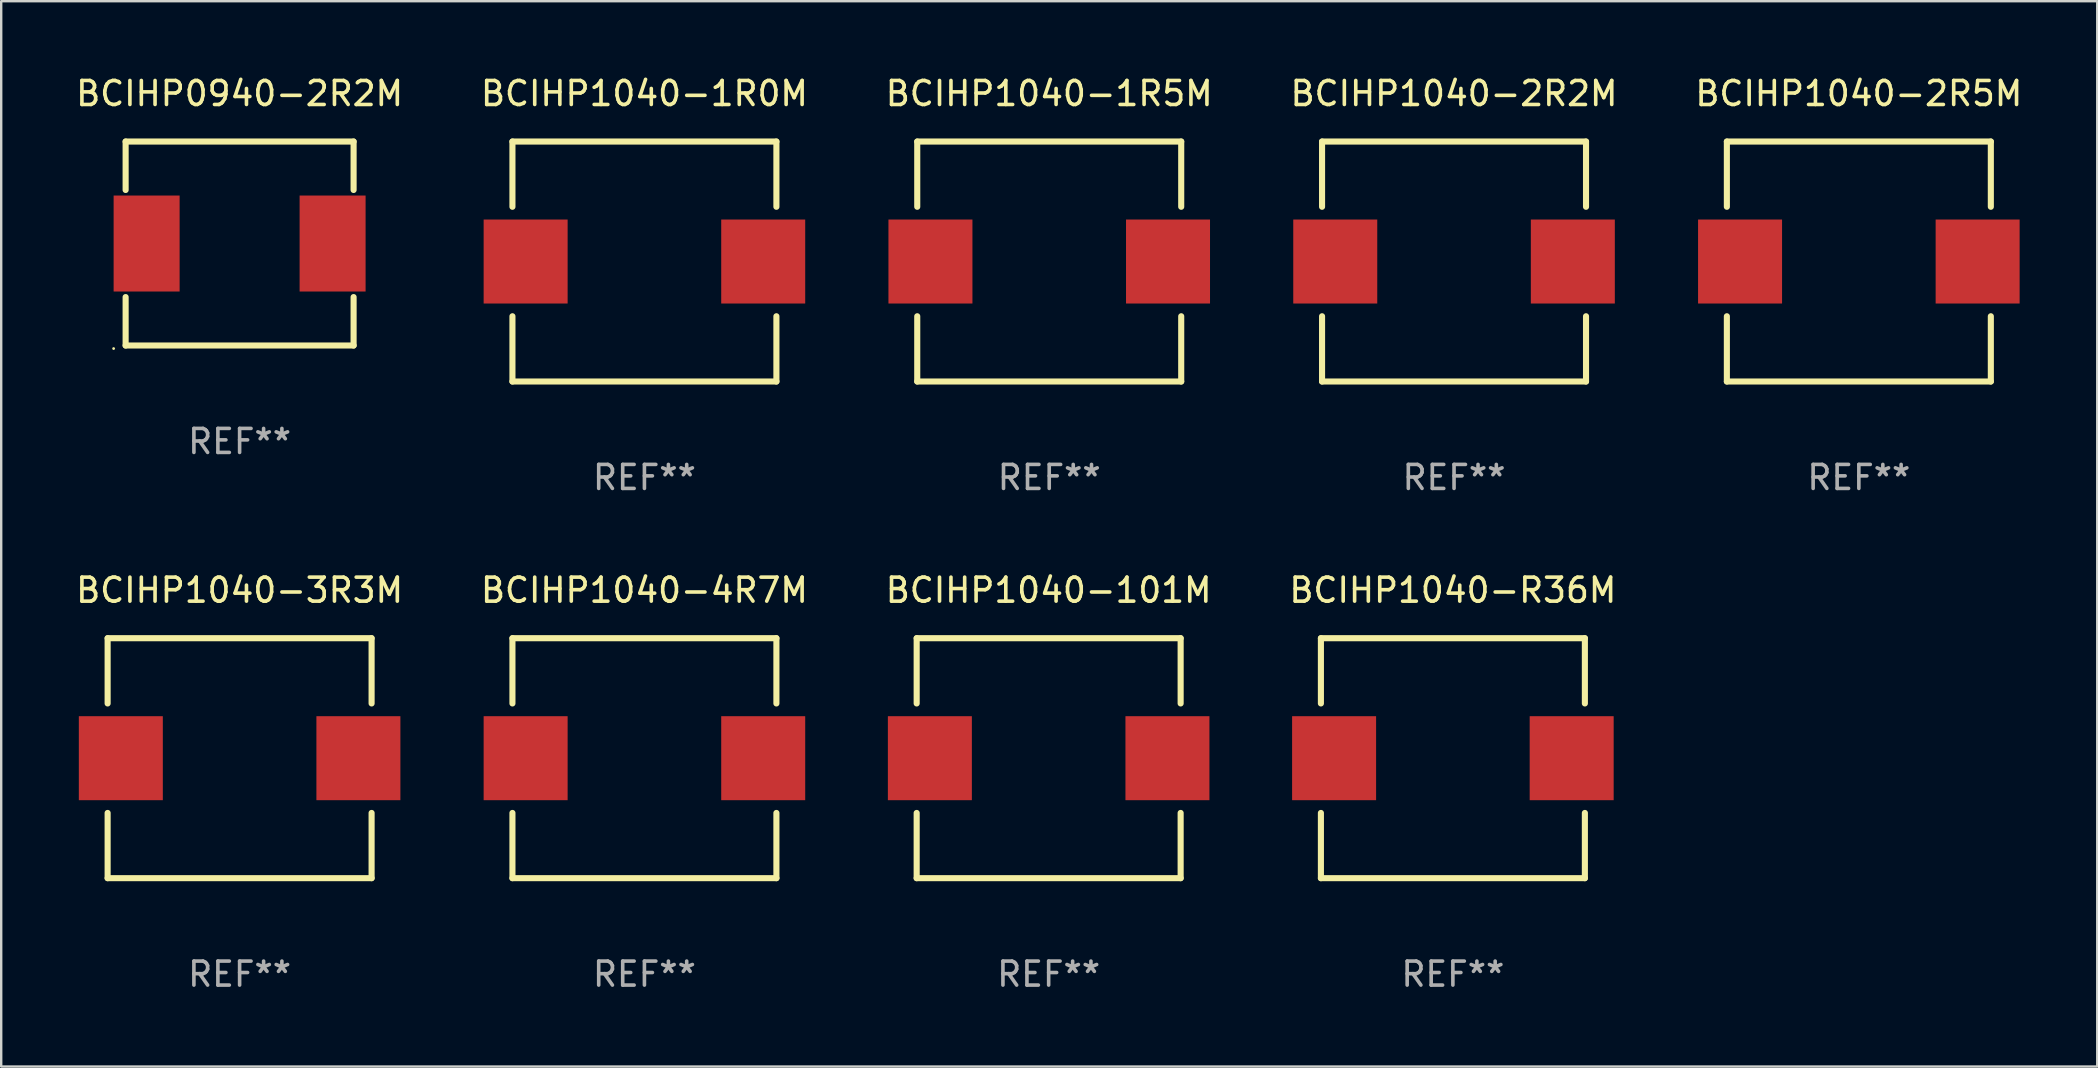
<source format=kicad_pcb>
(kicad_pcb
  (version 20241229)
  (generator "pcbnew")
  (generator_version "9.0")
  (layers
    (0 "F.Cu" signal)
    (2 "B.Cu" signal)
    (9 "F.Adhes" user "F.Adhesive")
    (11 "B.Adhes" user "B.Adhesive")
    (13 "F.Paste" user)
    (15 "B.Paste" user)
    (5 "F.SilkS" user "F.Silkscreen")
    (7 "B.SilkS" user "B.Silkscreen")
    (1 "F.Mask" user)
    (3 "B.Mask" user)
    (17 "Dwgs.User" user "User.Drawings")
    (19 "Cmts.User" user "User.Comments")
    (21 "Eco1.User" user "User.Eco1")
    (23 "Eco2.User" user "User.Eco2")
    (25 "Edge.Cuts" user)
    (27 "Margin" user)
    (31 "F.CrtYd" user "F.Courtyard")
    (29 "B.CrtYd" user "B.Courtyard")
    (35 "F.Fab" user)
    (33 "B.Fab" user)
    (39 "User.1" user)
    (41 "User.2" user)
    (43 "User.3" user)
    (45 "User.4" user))
  (footprint "BCIHP1040-R36M"
    (layer "F.Cu")
    (at 57.494 28.545)
    (property "Reference" "BCIHP1040-R36M" (at 0 -7 0) (layer "F.SilkS") (effects (font (size 1 1) (thickness 0.15))))
    (attr through_hole)
    (fp_line (start -5.5 -5) (end 5.5 -5) (stroke (width 0.254) (type solid)) (layer "F.SilkS"))
    (fp_line (start -5.5 -2.281) (end -5.5 -5) (stroke (width 0.254) (type solid)) (layer "F.SilkS"))
    (fp_line (start -5.5 5) (end -5.5 2.281) (stroke (width 0.254) (type solid)) (layer "F.SilkS"))
    (fp_line (start -5.5 5) (end 5.5 5) (stroke (width 0.254) (type solid)) (layer "F.SilkS"))
    (fp_line (start 5.5 -2.281) (end 5.5 -5) (stroke (width 0.254) (type solid)) (layer "F.SilkS"))
    (fp_line (start 5.5 5) (end 5.5 2.281) (stroke (width 0.254) (type solid)) (layer "F.SilkS"))
    (fp_circle (center -5.5 5) (end -5.47 5) (stroke (width 0.06) (type solid)) (fill no) (layer "F.SilkS"))
    (fp_text user "REF**" (at 0 9 0) (layer "F.Fab") (effects (font (size 1 1) (thickness 0.15))))
    (pad "1" smd rect (at -4.95 0 90) (size 3.5 3.5) (layers "F.Cu" "F.Mask" "F.Paste"))
    (pad "2" smd rect (at 4.95 0 270) (size 3.5 3.5) (layers "F.Cu" "F.Mask" "F.Paste")))
  (footprint "BCIHP1040-2R5M"
    (layer "F.Cu")
    (at 74.411 7.848)
    (property "Reference" "BCIHP1040-2R5M" (at 0 -7 0) (layer "F.SilkS") (effects (font (size 1 1) (thickness 0.15))))
    (attr through_hole)
    (fp_line (start -5.5 -5) (end 5.5 -5) (stroke (width 0.254) (type solid)) (layer "F.SilkS"))
    (fp_line (start -5.5 -2.281) (end -5.5 -5) (stroke (width 0.254) (type solid)) (layer "F.SilkS"))
    (fp_line (start -5.5 5) (end -5.5 2.281) (stroke (width 0.254) (type solid)) (layer "F.SilkS"))
    (fp_line (start -5.5 5) (end 5.5 5) (stroke (width 0.254) (type solid)) (layer "F.SilkS"))
    (fp_line (start 5.5 -2.281) (end 5.5 -5) (stroke (width 0.254) (type solid)) (layer "F.SilkS"))
    (fp_line (start 5.5 5) (end 5.5 2.281) (stroke (width 0.254) (type solid)) (layer "F.SilkS"))
    (fp_circle (center -5.5 5) (end -5.47 5) (stroke (width 0.06) (type solid)) (fill no) (layer "F.SilkS"))
    (fp_text user "REF**" (at 0 9 0) (layer "F.Fab") (effects (font (size 1 1) (thickness 0.15))))
    (pad "1" smd rect (at -4.95 0 90) (size 3.5 3.5) (layers "F.Cu" "F.Mask" "F.Paste"))
    (pad "2" smd rect (at 4.95 0 270) (size 3.5 3.5) (layers "F.Cu" "F.Mask" "F.Paste")))
  (footprint "BCIHP1040-1R5M"
    (layer "F.Cu")
    (at 40.673 7.848)
    (property "Reference" "BCIHP1040-1R5M" (at 0 -7 0) (layer "F.SilkS") (effects (font (size 1 1) (thickness 0.15))))
    (attr through_hole)
    (fp_line (start -5.5 -5) (end 5.5 -5) (stroke (width 0.254) (type solid)) (layer "F.SilkS"))
    (fp_line (start -5.5 -2.281) (end -5.5 -5) (stroke (width 0.254) (type solid)) (layer "F.SilkS"))
    (fp_line (start -5.5 5) (end -5.5 2.281) (stroke (width 0.254) (type solid)) (layer "F.SilkS"))
    (fp_line (start -5.5 5) (end 5.5 5) (stroke (width 0.254) (type solid)) (layer "F.SilkS"))
    (fp_line (start 5.5 -2.281) (end 5.5 -5) (stroke (width 0.254) (type solid)) (layer "F.SilkS"))
    (fp_line (start 5.5 5) (end 5.5 2.281) (stroke (width 0.254) (type solid)) (layer "F.SilkS"))
    (fp_circle (center -5.5 5) (end -5.47 5) (stroke (width 0.06) (type solid)) (fill no) (layer "F.SilkS"))
    (fp_text user "REF**" (at 0 9 0) (layer "F.Fab") (effects (font (size 1 1) (thickness 0.15))))
    (pad "1" smd rect (at -4.95 0 90) (size 3.5 3.5) (layers "F.Cu" "F.Mask" "F.Paste"))
    (pad "2" smd rect (at 4.95 0 270) (size 3.5 3.5) (layers "F.Cu" "F.Mask" "F.Paste")))
  (footprint "BCIHP1040-4R7M"
    (layer "F.Cu")
    (at 23.804 28.545)
    (property "Reference" "BCIHP1040-4R7M" (at 0 -7 0) (layer "F.SilkS") (effects (font (size 1 1) (thickness 0.15))))
    (attr through_hole)
    (fp_line (start -5.5 -5) (end 5.5 -5) (stroke (width 0.254) (type solid)) (layer "F.SilkS"))
    (fp_line (start -5.5 -2.281) (end -5.5 -5) (stroke (width 0.254) (type solid)) (layer "F.SilkS"))
    (fp_line (start -5.5 5) (end -5.5 2.281) (stroke (width 0.254) (type solid)) (layer "F.SilkS"))
    (fp_line (start -5.5 5) (end 5.5 5) (stroke (width 0.254) (type solid)) (layer "F.SilkS"))
    (fp_line (start 5.5 -2.281) (end 5.5 -5) (stroke (width 0.254) (type solid)) (layer "F.SilkS"))
    (fp_line (start 5.5 5) (end 5.5 2.281) (stroke (width 0.254) (type solid)) (layer "F.SilkS"))
    (fp_circle (center -5.5 5) (end -5.47 5) (stroke (width 0.06) (type solid)) (fill no) (layer "F.SilkS"))
    (fp_text user "REF**" (at 0 9 0) (layer "F.Fab") (effects (font (size 1 1) (thickness 0.15))))
    (pad "1" smd rect (at -4.95 0 90) (size 3.5 3.5) (layers "F.Cu" "F.Mask" "F.Paste"))
    (pad "2" smd rect (at 4.95 0 270) (size 3.5 3.5) (layers "F.Cu" "F.Mask" "F.Paste")))
  (footprint "BCIHP0940-2R2M"
    (layer "F.Cu")
    (at 6.935 7.098)
    (property "Reference" "BCIHP0940-2R2M" (at 0 -6.25 0) (layer "F.SilkS") (effects (font (size 1 1) (thickness 0.15))))
    (attr through_hole)
    (fp_line (start -4.75 -4.25) (end -4.75 -2.231) (stroke (width 0.254) (type solid)) (layer "F.SilkS"))
    (fp_line (start -4.75 -4.25) (end 4.75 -4.25) (stroke (width 0.254) (type solid)) (layer "F.SilkS"))
    (fp_line (start -4.75 2.231) (end -4.75 4.25) (stroke (width 0.254) (type solid)) (layer "F.SilkS"))
    (fp_line (start 4.75 -2.231) (end 4.75 -4.25) (stroke (width 0.254) (type solid)) (layer "F.SilkS"))
    (fp_line (start 4.75 4.25) (end -4.75 4.25) (stroke (width 0.254) (type solid)) (layer "F.SilkS"))
    (fp_line (start 4.75 4.25) (end 4.75 2.231) (stroke (width 0.254) (type solid)) (layer "F.SilkS"))
    (fp_circle (center -5.25 4.377) (end -5.22 4.377) (stroke (width 0.06) (type solid)) (fill no) (layer "F.SilkS"))
    (fp_text user "REF**" (at 0 8.25 0) (layer "F.Fab") (effects (font (size 1 1) (thickness 0.15))))
    (pad "1" smd rect (at -3.875 0) (size 2.75 4) (layers "F.Cu" "F.Mask" "F.Paste"))
    (pad "2" smd rect (at 3.875 0) (size 2.75 4) (layers "F.Cu" "F.Mask" "F.Paste")))
  (footprint "BCIHP1040-1R0M"
    (layer "F.Cu")
    (at 23.804 7.848)
    (property "Reference" "BCIHP1040-1R0M" (at 0 -7 0) (layer "F.SilkS") (effects (font (size 1 1) (thickness 0.15))))
    (attr through_hole)
    (fp_line (start -5.5 -5) (end 5.5 -5) (stroke (width 0.254) (type solid)) (layer "F.SilkS"))
    (fp_line (start -5.5 -2.281) (end -5.5 -5) (stroke (width 0.254) (type solid)) (layer "F.SilkS"))
    (fp_line (start -5.5 5) (end -5.5 2.281) (stroke (width 0.254) (type solid)) (layer "F.SilkS"))
    (fp_line (start -5.5 5) (end 5.5 5) (stroke (width 0.254) (type solid)) (layer "F.SilkS"))
    (fp_line (start 5.5 -2.281) (end 5.5 -5) (stroke (width 0.254) (type solid)) (layer "F.SilkS"))
    (fp_line (start 5.5 5) (end 5.5 2.281) (stroke (width 0.254) (type solid)) (layer "F.SilkS"))
    (fp_circle (center -5.5 5) (end -5.47 5) (stroke (width 0.06) (type solid)) (fill no) (layer "F.SilkS"))
    (fp_text user "REF**" (at 0 9 0) (layer "F.Fab") (effects (font (size 1 1) (thickness 0.15))))
    (pad "1" smd rect (at -4.95 0 90) (size 3.5 3.5) (layers "F.Cu" "F.Mask" "F.Paste"))
    (pad "2" smd rect (at 4.95 0 270) (size 3.5 3.5) (layers "F.Cu" "F.Mask" "F.Paste")))
  (footprint "BCIHP1040-101M"
    (layer "F.Cu")
    (at 40.649 28.545)
    (property "Reference" "BCIHP1040-101M" (at 0 -7 0) (layer "F.SilkS") (effects (font (size 1 1) (thickness 0.15))))
    (attr through_hole)
    (fp_line (start -5.5 -5) (end 5.5 -5) (stroke (width 0.254) (type solid)) (layer "F.SilkS"))
    (fp_line (start -5.5 -2.281) (end -5.5 -5) (stroke (width 0.254) (type solid)) (layer "F.SilkS"))
    (fp_line (start -5.5 5) (end -5.5 2.281) (stroke (width 0.254) (type solid)) (layer "F.SilkS"))
    (fp_line (start -5.5 5) (end 5.5 5) (stroke (width 0.254) (type solid)) (layer "F.SilkS"))
    (fp_line (start 5.5 -2.281) (end 5.5 -5) (stroke (width 0.254) (type solid)) (layer "F.SilkS"))
    (fp_line (start 5.5 5) (end 5.5 2.281) (stroke (width 0.254) (type solid)) (layer "F.SilkS"))
    (fp_circle (center -5.5 5) (end -5.47 5) (stroke (width 0.06) (type solid)) (fill no) (layer "F.SilkS"))
    (fp_text user "REF**" (at 0 9 0) (layer "F.Fab") (effects (font (size 1 1) (thickness 0.15))))
    (pad "1" smd rect (at -4.95 0 90) (size 3.5 3.5) (layers "F.Cu" "F.Mask" "F.Paste"))
    (pad "2" smd rect (at 4.95 0 270) (size 3.5 3.5) (layers "F.Cu" "F.Mask" "F.Paste")))
  (footprint "BCIHP1040-3R3M"
    (layer "F.Cu")
    (at 6.935 28.545)
    (property "Reference" "BCIHP1040-3R3M" (at 0 -7 0) (layer "F.SilkS") (effects (font (size 1 1) (thickness 0.15))))
    (attr through_hole)
    (fp_line (start -5.5 -5) (end 5.5 -5) (stroke (width 0.254) (type solid)) (layer "F.SilkS"))
    (fp_line (start -5.5 -2.281) (end -5.5 -5) (stroke (width 0.254) (type solid)) (layer "F.SilkS"))
    (fp_line (start -5.5 5) (end -5.5 2.281) (stroke (width 0.254) (type solid)) (layer "F.SilkS"))
    (fp_line (start -5.5 5) (end 5.5 5) (stroke (width 0.254) (type solid)) (layer "F.SilkS"))
    (fp_line (start 5.5 -2.281) (end 5.5 -5) (stroke (width 0.254) (type solid)) (layer "F.SilkS"))
    (fp_line (start 5.5 5) (end 5.5 2.281) (stroke (width 0.254) (type solid)) (layer "F.SilkS"))
    (fp_circle (center -5.5 5) (end -5.47 5) (stroke (width 0.06) (type solid)) (fill no) (layer "F.SilkS"))
    (fp_text user "REF**" (at 0 9 0) (layer "F.Fab") (effects (font (size 1 1) (thickness 0.15))))
    (pad "1" smd rect (at -4.95 0 90) (size 3.5 3.5) (layers "F.Cu" "F.Mask" "F.Paste"))
    (pad "2" smd rect (at 4.95 0 270) (size 3.5 3.5) (layers "F.Cu" "F.Mask" "F.Paste")))
  (footprint "BCIHP1040-2R2M"
    (layer "F.Cu")
    (at 57.542 7.848)
    (property "Reference" "BCIHP1040-2R2M" (at 0 -7 0) (layer "F.SilkS") (effects (font (size 1 1) (thickness 0.15))))
    (attr through_hole)
    (fp_line (start -5.5 -5) (end 5.5 -5) (stroke (width 0.254) (type solid)) (layer "F.SilkS"))
    (fp_line (start -5.5 -2.281) (end -5.5 -5) (stroke (width 0.254) (type solid)) (layer "F.SilkS"))
    (fp_line (start -5.5 5) (end -5.5 2.281) (stroke (width 0.254) (type solid)) (layer "F.SilkS"))
    (fp_line (start -5.5 5) (end 5.5 5) (stroke (width 0.254) (type solid)) (layer "F.SilkS"))
    (fp_line (start 5.5 -2.281) (end 5.5 -5) (stroke (width 0.254) (type solid)) (layer "F.SilkS"))
    (fp_line (start 5.5 5) (end 5.5 2.281) (stroke (width 0.254) (type solid)) (layer "F.SilkS"))
    (fp_circle (center -5.5 5) (end -5.47 5) (stroke (width 0.06) (type solid)) (fill no) (layer "F.SilkS"))
    (fp_text user "REF**" (at 0 9 0) (layer "F.Fab") (effects (font (size 1 1) (thickness 0.15))))
    (pad "1" smd rect (at -4.95 0 90) (size 3.5 3.5) (layers "F.Cu" "F.Mask" "F.Paste"))
    (pad "2" smd rect (at 4.95 0 270) (size 3.5 3.5) (layers "F.Cu" "F.Mask" "F.Paste")))
  (gr_rect
    (start -3 -3)
    (end 84.345 41.393)
    (stroke (width 0.1) (type default))
    (fill no)
    (layer "Edge.Cuts")))
</source>
